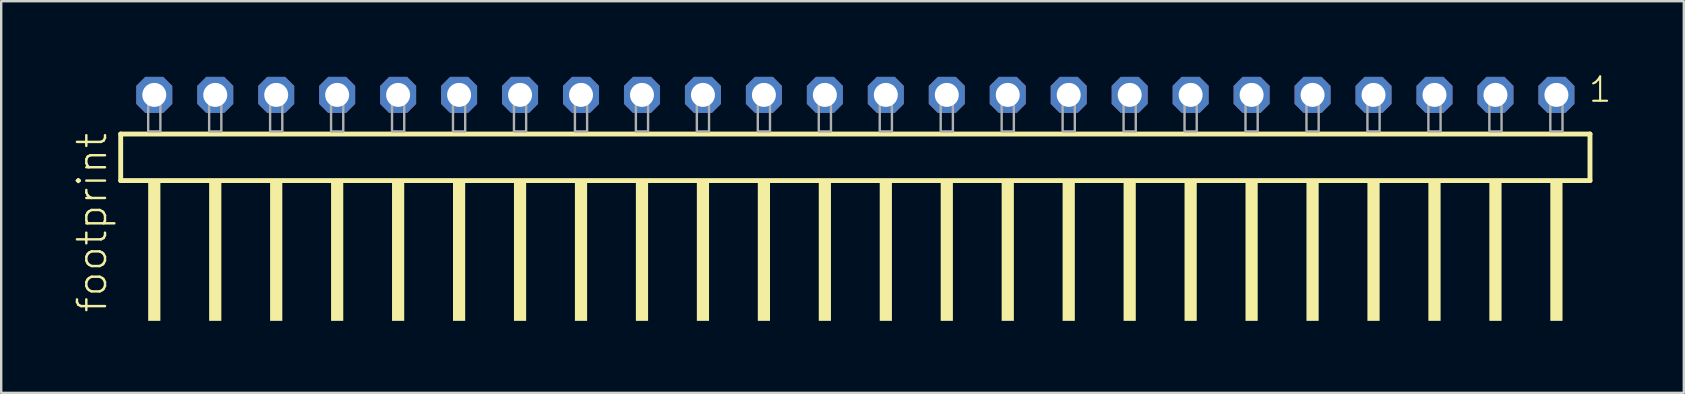
<source format=kicad_pcb>
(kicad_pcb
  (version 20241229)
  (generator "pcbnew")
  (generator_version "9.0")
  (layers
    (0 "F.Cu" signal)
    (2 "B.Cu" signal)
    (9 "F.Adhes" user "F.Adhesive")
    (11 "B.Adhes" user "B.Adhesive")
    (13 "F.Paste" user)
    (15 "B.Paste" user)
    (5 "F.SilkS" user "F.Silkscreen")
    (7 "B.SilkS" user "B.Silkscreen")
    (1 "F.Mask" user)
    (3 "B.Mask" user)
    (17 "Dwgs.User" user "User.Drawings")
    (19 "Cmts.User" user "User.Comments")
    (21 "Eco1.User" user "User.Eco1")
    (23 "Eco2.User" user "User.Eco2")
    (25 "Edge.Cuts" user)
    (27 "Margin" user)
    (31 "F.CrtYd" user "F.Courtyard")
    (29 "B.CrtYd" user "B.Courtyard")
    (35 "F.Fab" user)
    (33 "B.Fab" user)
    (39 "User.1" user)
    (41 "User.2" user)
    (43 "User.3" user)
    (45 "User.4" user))
  (footprint "footprint"
    (layer "F.Cu")
    (at 32.588 2.428)
    (property "Reference" "footprint" (at -31.115 7.62 90) (layer "F.SilkS") (effects (font (size 1.168 1.168) (thickness 0.102)) (justify left bottom)))
    (fp_line (start -30.609 0.106) (end -30.609 2.046) (stroke (width 0.203) (type solid)) (layer "F.SilkS"))
    (fp_line (start -30.609 2.046) (end 30.609 2.046) (stroke (width 0.203) (type solid)) (layer "F.SilkS"))
    (fp_line (start 30.609 0.106) (end -30.609 0.106) (stroke (width 0.203) (type solid)) (layer "F.SilkS"))
    (fp_line (start 30.609 2.046) (end 30.609 0.106) (stroke (width 0.203) (type solid)) (layer "F.SilkS"))
    (fp_poly (pts (xy -29.464 7.89) (xy -28.956 7.89) (xy -28.956 2.04) (xy -29.464 2.04)) (stroke (width 0) (type solid)) (fill yes) (layer "F.SilkS"))
    (fp_poly (pts (xy -26.924 7.89) (xy -26.416 7.89) (xy -26.416 2.04) (xy -26.924 2.04)) (stroke (width 0) (type solid)) (fill yes) (layer "F.SilkS"))
    (fp_poly (pts (xy -24.384 7.89) (xy -23.876 7.89) (xy -23.876 2.04) (xy -24.384 2.04)) (stroke (width 0) (type solid)) (fill yes) (layer "F.SilkS"))
    (fp_poly (pts (xy -21.844 7.89) (xy -21.336 7.89) (xy -21.336 2.04) (xy -21.844 2.04)) (stroke (width 0) (type solid)) (fill yes) (layer "F.SilkS"))
    (fp_poly (pts (xy -19.304 7.89) (xy -18.796 7.89) (xy -18.796 2.04) (xy -19.304 2.04)) (stroke (width 0) (type solid)) (fill yes) (layer "F.SilkS"))
    (fp_poly (pts (xy -16.764 7.89) (xy -16.256 7.89) (xy -16.256 2.04) (xy -16.764 2.04)) (stroke (width 0) (type solid)) (fill yes) (layer "F.SilkS"))
    (fp_poly (pts (xy -14.224 7.89) (xy -13.716 7.89) (xy -13.716 2.04) (xy -14.224 2.04)) (stroke (width 0) (type solid)) (fill yes) (layer "F.SilkS"))
    (fp_poly (pts (xy -11.684 7.89) (xy -11.176 7.89) (xy -11.176 2.04) (xy -11.684 2.04)) (stroke (width 0) (type solid)) (fill yes) (layer "F.SilkS"))
    (fp_poly (pts (xy -9.144 7.89) (xy -8.636 7.89) (xy -8.636 2.04) (xy -9.144 2.04)) (stroke (width 0) (type solid)) (fill yes) (layer "F.SilkS"))
    (fp_poly (pts (xy -6.604 7.89) (xy -6.096 7.89) (xy -6.096 2.04) (xy -6.604 2.04)) (stroke (width 0) (type solid)) (fill yes) (layer "F.SilkS"))
    (fp_poly (pts (xy -4.064 7.89) (xy -3.556 7.89) (xy -3.556 2.04) (xy -4.064 2.04)) (stroke (width 0) (type solid)) (fill yes) (layer "F.SilkS"))
    (fp_poly (pts (xy -1.524 7.89) (xy -1.016 7.89) (xy -1.016 2.04) (xy -1.524 2.04)) (stroke (width 0) (type solid)) (fill yes) (layer "F.SilkS"))
    (fp_poly (pts (xy 1.016 7.89) (xy 1.524 7.89) (xy 1.524 2.04) (xy 1.016 2.04)) (stroke (width 0) (type solid)) (fill yes) (layer "F.SilkS"))
    (fp_poly (pts (xy 3.556 7.89) (xy 4.064 7.89) (xy 4.064 2.04) (xy 3.556 2.04)) (stroke (width 0) (type solid)) (fill yes) (layer "F.SilkS"))
    (fp_poly (pts (xy 6.096 7.89) (xy 6.604 7.89) (xy 6.604 2.04) (xy 6.096 2.04)) (stroke (width 0) (type solid)) (fill yes) (layer "F.SilkS"))
    (fp_poly (pts (xy 8.636 7.89) (xy 9.144 7.89) (xy 9.144 2.04) (xy 8.636 2.04)) (stroke (width 0) (type solid)) (fill yes) (layer "F.SilkS"))
    (fp_poly (pts (xy 11.176 7.89) (xy 11.684 7.89) (xy 11.684 2.04) (xy 11.176 2.04)) (stroke (width 0) (type solid)) (fill yes) (layer "F.SilkS"))
    (fp_poly (pts (xy 13.716 7.89) (xy 14.224 7.89) (xy 14.224 2.04) (xy 13.716 2.04)) (stroke (width 0) (type solid)) (fill yes) (layer "F.SilkS"))
    (fp_poly (pts (xy 16.256 7.89) (xy 16.764 7.89) (xy 16.764 2.04) (xy 16.256 2.04)) (stroke (width 0) (type solid)) (fill yes) (layer "F.SilkS"))
    (fp_poly (pts (xy 18.796 7.89) (xy 19.304 7.89) (xy 19.304 2.04) (xy 18.796 2.04)) (stroke (width 0) (type solid)) (fill yes) (layer "F.SilkS"))
    (fp_poly (pts (xy 21.336 7.89) (xy 21.844 7.89) (xy 21.844 2.04) (xy 21.336 2.04)) (stroke (width 0) (type solid)) (fill yes) (layer "F.SilkS"))
    (fp_poly (pts (xy 23.876 7.89) (xy 24.384 7.89) (xy 24.384 2.04) (xy 23.876 2.04)) (stroke (width 0) (type solid)) (fill yes) (layer "F.SilkS"))
    (fp_poly (pts (xy 26.416 7.89) (xy 26.924 7.89) (xy 26.924 2.04) (xy 26.416 2.04)) (stroke (width 0) (type solid)) (fill yes) (layer "F.SilkS"))
    (fp_poly (pts (xy 28.956 7.89) (xy 29.464 7.89) (xy 29.464 2.04) (xy 28.956 2.04)) (stroke (width 0) (type solid)) (fill yes) (layer "F.SilkS"))
    (fp_poly (pts (xy -29.464 0) (xy -28.956 0) (xy -28.956 -1.778) (xy -29.464 -1.778)) (stroke (width 0.1) (type solid)) (fill no) (layer "F.Fab"))
    (fp_poly (pts (xy -26.924 0) (xy -26.416 0) (xy -26.416 -1.778) (xy -26.924 -1.778)) (stroke (width 0.1) (type solid)) (fill no) (layer "F.Fab"))
    (fp_poly (pts (xy -24.384 0) (xy -23.876 0) (xy -23.876 -1.778) (xy -24.384 -1.778)) (stroke (width 0.1) (type solid)) (fill no) (layer "F.Fab"))
    (fp_poly (pts (xy -21.844 0) (xy -21.336 0) (xy -21.336 -1.778) (xy -21.844 -1.778)) (stroke (width 0.1) (type solid)) (fill no) (layer "F.Fab"))
    (fp_poly (pts (xy -19.304 0) (xy -18.796 0) (xy -18.796 -1.778) (xy -19.304 -1.778)) (stroke (width 0.1) (type solid)) (fill no) (layer "F.Fab"))
    (fp_poly (pts (xy -16.764 0) (xy -16.256 0) (xy -16.256 -1.778) (xy -16.764 -1.778)) (stroke (width 0.1) (type solid)) (fill no) (layer "F.Fab"))
    (fp_poly (pts (xy -14.224 0) (xy -13.716 0) (xy -13.716 -1.778) (xy -14.224 -1.778)) (stroke (width 0.1) (type solid)) (fill no) (layer "F.Fab"))
    (fp_poly (pts (xy -11.684 0) (xy -11.176 0) (xy -11.176 -1.778) (xy -11.684 -1.778)) (stroke (width 0.1) (type solid)) (fill no) (layer "F.Fab"))
    (fp_poly (pts (xy -9.144 0) (xy -8.636 0) (xy -8.636 -1.778) (xy -9.144 -1.778)) (stroke (width 0.1) (type solid)) (fill no) (layer "F.Fab"))
    (fp_poly (pts (xy -6.604 0) (xy -6.096 0) (xy -6.096 -1.778) (xy -6.604 -1.778)) (stroke (width 0.1) (type solid)) (fill no) (layer "F.Fab"))
    (fp_poly (pts (xy -4.064 0) (xy -3.556 0) (xy -3.556 -1.778) (xy -4.064 -1.778)) (stroke (width 0.1) (type solid)) (fill no) (layer "F.Fab"))
    (fp_poly (pts (xy -1.524 0) (xy -1.016 0) (xy -1.016 -1.778) (xy -1.524 -1.778)) (stroke (width 0.1) (type solid)) (fill no) (layer "F.Fab"))
    (fp_poly (pts (xy 1.016 0) (xy 1.524 0) (xy 1.524 -1.778) (xy 1.016 -1.778)) (stroke (width 0.1) (type solid)) (fill no) (layer "F.Fab"))
    (fp_poly (pts (xy 3.556 0) (xy 4.064 0) (xy 4.064 -1.778) (xy 3.556 -1.778)) (stroke (width 0.1) (type solid)) (fill no) (layer "F.Fab"))
    (fp_poly (pts (xy 6.096 0) (xy 6.604 0) (xy 6.604 -1.778) (xy 6.096 -1.778)) (stroke (width 0.1) (type solid)) (fill no) (layer "F.Fab"))
    (fp_poly (pts (xy 8.636 0) (xy 9.144 0) (xy 9.144 -1.778) (xy 8.636 -1.778)) (stroke (width 0.1) (type solid)) (fill no) (layer "F.Fab"))
    (fp_poly (pts (xy 11.176 0) (xy 11.684 0) (xy 11.684 -1.778) (xy 11.176 -1.778)) (stroke (width 0.1) (type solid)) (fill no) (layer "F.Fab"))
    (fp_poly (pts (xy 13.716 0) (xy 14.224 0) (xy 14.224 -1.778) (xy 13.716 -1.778)) (stroke (width 0.1) (type solid)) (fill no) (layer "F.Fab"))
    (fp_poly (pts (xy 16.256 0) (xy 16.764 0) (xy 16.764 -1.778) (xy 16.256 -1.778)) (stroke (width 0.1) (type solid)) (fill no) (layer "F.Fab"))
    (fp_poly (pts (xy 18.796 0) (xy 19.304 0) (xy 19.304 -1.778) (xy 18.796 -1.778)) (stroke (width 0.1) (type solid)) (fill no) (layer "F.Fab"))
    (fp_poly (pts (xy 21.336 0) (xy 21.844 0) (xy 21.844 -1.778) (xy 21.336 -1.778)) (stroke (width 0.1) (type solid)) (fill no) (layer "F.Fab"))
    (fp_poly (pts (xy 23.876 0) (xy 24.384 0) (xy 24.384 -1.778) (xy 23.876 -1.778)) (stroke (width 0.1) (type solid)) (fill no) (layer "F.Fab"))
    (fp_poly (pts (xy 26.416 0) (xy 26.924 0) (xy 26.924 -1.778) (xy 26.416 -1.778)) (stroke (width 0.1) (type solid)) (fill no) (layer "F.Fab"))
    (fp_poly (pts (xy 28.956 0) (xy 29.464 0) (xy 29.464 -1.778) (xy 28.956 -1.778)) (stroke (width 0.1) (type solid)) (fill no) (layer "F.Fab"))
    (fp_text user "1" (at 30.492 -1.152 0) (layer "F.SilkS") (effects (font (size 1.012 1.012) (thickness 0.088)) (justify left bottom)))
    (pad "1" thru_hole roundrect (at 29.21 -1.524 180) (size 1.5 1.5) (drill 1) (layers "*.Cu" "*.Mask") (roundrect_rratio 0.25) (chamfer_ratio 0.25) (chamfer top_left top_right bottom_left bottom_right))
    (pad "2" thru_hole roundrect (at 26.67 -1.524 180) (size 1.5 1.5) (drill 1) (layers "*.Cu" "*.Mask") (roundrect_rratio 0.25) (chamfer_ratio 0.25) (chamfer top_left top_right bottom_left bottom_right))
    (pad "3" thru_hole roundrect (at 24.13 -1.524 180) (size 1.5 1.5) (drill 1) (layers "*.Cu" "*.Mask") (roundrect_rratio 0.25) (chamfer_ratio 0.25) (chamfer top_left top_right bottom_left bottom_right))
    (pad "4" thru_hole roundrect (at 21.59 -1.524 180) (size 1.5 1.5) (drill 1) (layers "*.Cu" "*.Mask") (roundrect_rratio 0.25) (chamfer_ratio 0.25) (chamfer top_left top_right bottom_left bottom_right))
    (pad "5" thru_hole roundrect (at 19.05 -1.524 180) (size 1.5 1.5) (drill 1) (layers "*.Cu" "*.Mask") (roundrect_rratio 0.25) (chamfer_ratio 0.25) (chamfer top_left top_right bottom_left bottom_right))
    (pad "6" thru_hole roundrect (at 16.51 -1.524 180) (size 1.5 1.5) (drill 1) (layers "*.Cu" "*.Mask") (roundrect_rratio 0.25) (chamfer_ratio 0.25) (chamfer top_left top_right bottom_left bottom_right))
    (pad "7" thru_hole roundrect (at 13.97 -1.524 180) (size 1.5 1.5) (drill 1) (layers "*.Cu" "*.Mask") (roundrect_rratio 0.25) (chamfer_ratio 0.25) (chamfer top_left top_right bottom_left bottom_right))
    (pad "8" thru_hole roundrect (at 11.43 -1.524 180) (size 1.5 1.5) (drill 1) (layers "*.Cu" "*.Mask") (roundrect_rratio 0.25) (chamfer_ratio 0.25) (chamfer top_left top_right bottom_left bottom_right))
    (pad "9" thru_hole roundrect (at 8.89 -1.524 180) (size 1.5 1.5) (drill 1) (layers "*.Cu" "*.Mask") (roundrect_rratio 0.25) (chamfer_ratio 0.25) (chamfer top_left top_right bottom_left bottom_right))
    (pad "10" thru_hole roundrect (at 6.35 -1.524 180) (size 1.5 1.5) (drill 1) (layers "*.Cu" "*.Mask") (roundrect_rratio 0.25) (chamfer_ratio 0.25) (chamfer top_left top_right bottom_left bottom_right))
    (pad "11" thru_hole roundrect (at 3.81 -1.524 180) (size 1.5 1.5) (drill 1) (layers "*.Cu" "*.Mask") (roundrect_rratio 0.25) (chamfer_ratio 0.25) (chamfer top_left top_right bottom_left bottom_right))
    (pad "12" thru_hole roundrect (at 1.27 -1.524 180) (size 1.5 1.5) (drill 1) (layers "*.Cu" "*.Mask") (roundrect_rratio 0.25) (chamfer_ratio 0.25) (chamfer top_left top_right bottom_left bottom_right))
    (pad "13" thru_hole roundrect (at -1.27 -1.524 180) (size 1.5 1.5) (drill 1) (layers "*.Cu" "*.Mask") (roundrect_rratio 0.25) (chamfer_ratio 0.25) (chamfer top_left top_right bottom_left bottom_right))
    (pad "14" thru_hole roundrect (at -3.81 -1.524 180) (size 1.5 1.5) (drill 1) (layers "*.Cu" "*.Mask") (roundrect_rratio 0.25) (chamfer_ratio 0.25) (chamfer top_left top_right bottom_left bottom_right))
    (pad "15" thru_hole roundrect (at -6.35 -1.524 180) (size 1.5 1.5) (drill 1) (layers "*.Cu" "*.Mask") (roundrect_rratio 0.25) (chamfer_ratio 0.25) (chamfer top_left top_right bottom_left bottom_right))
    (pad "16" thru_hole roundrect (at -8.89 -1.524 180) (size 1.5 1.5) (drill 1) (layers "*.Cu" "*.Mask") (roundrect_rratio 0.25) (chamfer_ratio 0.25) (chamfer top_left top_right bottom_left bottom_right))
    (pad "17" thru_hole roundrect (at -11.43 -1.524 180) (size 1.5 1.5) (drill 1) (layers "*.Cu" "*.Mask") (roundrect_rratio 0.25) (chamfer_ratio 0.25) (chamfer top_left top_right bottom_left bottom_right))
    (pad "18" thru_hole roundrect (at -13.97 -1.524 180) (size 1.5 1.5) (drill 1) (layers "*.Cu" "*.Mask") (roundrect_rratio 0.25) (chamfer_ratio 0.25) (chamfer top_left top_right bottom_left bottom_right))
    (pad "19" thru_hole roundrect (at -16.51 -1.524 180) (size 1.5 1.5) (drill 1) (layers "*.Cu" "*.Mask") (roundrect_rratio 0.25) (chamfer_ratio 0.25) (chamfer top_left top_right bottom_left bottom_right))
    (pad "20" thru_hole roundrect (at -19.05 -1.524 180) (size 1.5 1.5) (drill 1) (layers "*.Cu" "*.Mask") (roundrect_rratio 0.25) (chamfer_ratio 0.25) (chamfer top_left top_right bottom_left bottom_right))
    (pad "21" thru_hole roundrect (at -21.59 -1.524 180) (size 1.5 1.5) (drill 1) (layers "*.Cu" "*.Mask") (roundrect_rratio 0.25) (chamfer_ratio 0.25) (chamfer top_left top_right bottom_left bottom_right))
    (pad "22" thru_hole roundrect (at -24.13 -1.524 180) (size 1.5 1.5) (drill 1) (layers "*.Cu" "*.Mask") (roundrect_rratio 0.25) (chamfer_ratio 0.25) (chamfer top_left top_right bottom_left bottom_right))
    (pad "23" thru_hole roundrect (at -26.67 -1.524 180) (size 1.5 1.5) (drill 1) (layers "*.Cu" "*.Mask") (roundrect_rratio 0.25) (chamfer_ratio 0.25) (chamfer top_left top_right bottom_left bottom_right))
    (pad "24" thru_hole roundrect (at -29.21 -1.524 180) (size 1.5 1.5) (drill 1) (layers "*.Cu" "*.Mask") (roundrect_rratio 0.25) (chamfer_ratio 0.25) (chamfer top_left top_right bottom_left bottom_right)))
  (gr_rect
    (start -3 -3)
    (end 67.106 13.318)
    (stroke (width 0.1) (type default))
    (fill no)
    (layer "Edge.Cuts")))
</source>
